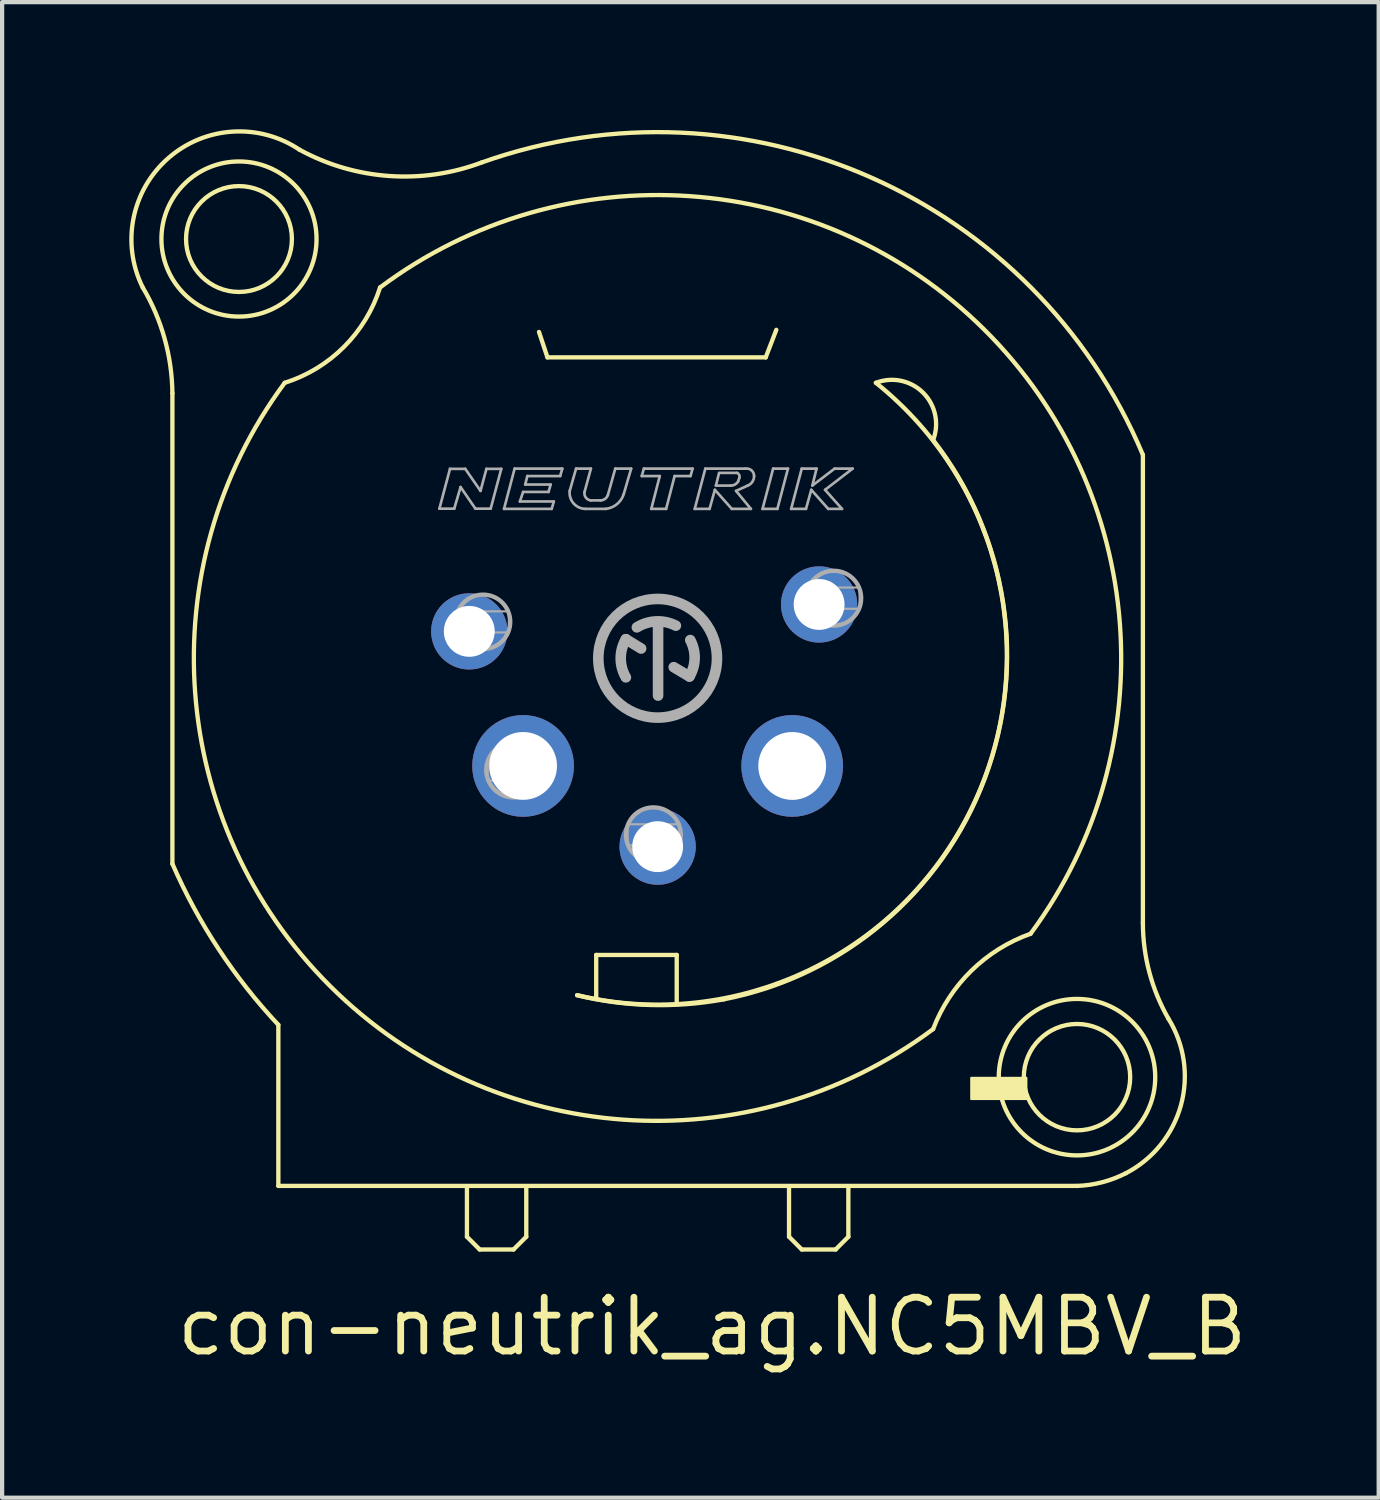
<source format=kicad_pcb>
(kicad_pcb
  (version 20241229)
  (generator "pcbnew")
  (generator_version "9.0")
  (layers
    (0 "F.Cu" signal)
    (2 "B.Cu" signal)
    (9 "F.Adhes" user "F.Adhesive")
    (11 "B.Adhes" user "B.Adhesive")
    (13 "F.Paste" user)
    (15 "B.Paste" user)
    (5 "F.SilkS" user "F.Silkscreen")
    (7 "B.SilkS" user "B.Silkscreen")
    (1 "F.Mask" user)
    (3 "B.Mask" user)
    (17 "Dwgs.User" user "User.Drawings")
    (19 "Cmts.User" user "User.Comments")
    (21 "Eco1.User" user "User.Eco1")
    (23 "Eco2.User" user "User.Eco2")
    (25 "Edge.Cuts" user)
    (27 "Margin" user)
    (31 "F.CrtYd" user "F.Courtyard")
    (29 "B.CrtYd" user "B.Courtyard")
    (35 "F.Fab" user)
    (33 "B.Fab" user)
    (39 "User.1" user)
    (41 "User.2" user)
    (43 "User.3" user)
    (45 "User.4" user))
  (footprint "con-neutrik_ag.NC5MBV_B"
    (layer "F.Cu")
    (at 12.468 12.483)
    (property "Reference" "con-neutrik_ag.NC5MBV_B" (at -11.43 16.51 0) (layer "F.SilkS") (effects (font (size 1.27 1.27) (thickness 0.16)) (justify left bottom)))
    (attr through_hole)
    (fp_line (start -11.45 -6.25) (end -11.45 4.85) (stroke (width 0.102) (type default)) (layer "F.SilkS"))
    (fp_line (start -8.95 8.65) (end -8.95 12.45) (stroke (width 0.102) (type default)) (layer "F.SilkS"))
    (fp_line (start -8.95 12.45) (end 9.9 12.45) (stroke (width 0.102) (type default)) (layer "F.SilkS"))
    (fp_line (start -4.5 12.5) (end -4.5 13.65) (stroke (width 0.102) (type default)) (layer "F.SilkS"))
    (fp_line (start -4.5 13.65) (end -4.2 13.95) (stroke (width 0.102) (type default)) (layer "F.SilkS"))
    (fp_line (start -4.2 13.95) (end -3.4 13.95) (stroke (width 0.102) (type default)) (layer "F.SilkS"))
    (fp_line (start -3.4 13.95) (end -3.1 13.65) (stroke (width 0.102) (type default)) (layer "F.SilkS"))
    (fp_line (start -3.1 13.65) (end -3.1 12.5) (stroke (width 0.102) (type default)) (layer "F.SilkS"))
    (fp_line (start -2.8 -7.7) (end -2.6 -7.1) (stroke (width 0.102) (type default)) (layer "F.SilkS"))
    (fp_line (start -2.6 -7.1) (end 2.55 -7.1) (stroke (width 0.102) (type default)) (layer "F.SilkS"))
    (fp_line (start -1.45 7) (end 0.45 7) (stroke (width 0.102) (type default)) (layer "F.SilkS"))
    (fp_line (start -1.45 8) (end -1.45 7) (stroke (width 0.102) (type default)) (layer "F.SilkS"))
    (fp_line (start 0.45 7) (end 0.45 8.15) (stroke (width 0.102) (type default)) (layer "F.SilkS"))
    (fp_line (start 2.55 -7.1) (end 2.8 -7.75) (stroke (width 0.102) (type default)) (layer "F.SilkS"))
    (fp_line (start 3.1 12.5) (end 3.1 13.65) (stroke (width 0.102) (type default)) (layer "F.SilkS"))
    (fp_line (start 3.1 13.65) (end 3.4 13.95) (stroke (width 0.102) (type default)) (layer "F.SilkS"))
    (fp_line (start 3.4 13.95) (end 4.2 13.95) (stroke (width 0.102) (type default)) (layer "F.SilkS"))
    (fp_line (start 4.2 13.95) (end 4.5 13.65) (stroke (width 0.102) (type default)) (layer "F.SilkS"))
    (fp_line (start 4.5 13.65) (end 4.5 12.5) (stroke (width 0.102) (type default)) (layer "F.SilkS"))
    (fp_line (start 11.45 6.25) (end 11.45 -4.8) (stroke (width 0.102) (type default)) (layer "F.SilkS"))
    (fp_rect (start 7.4 10.4) (end 8.7 9.9) (stroke (width 0.05) (type default)) (fill yes) (layer "F.SilkS"))
    (fp_arc (start -12.15 -8.75) (mid -11.634641 -7.5463) (end -11.45 -6.25) (stroke (width 0.1016) (type default)) (layer "F.SilkS"))
    (fp_arc (start -12.15 -8.75) (mid -11.550563 -11.798718) (end -8.45 -12) (stroke (width 0.1016) (type default)) (layer "F.SilkS"))
    (fp_arc (start -8.95 8.65) (mid -10.362445 6.856872) (end -11.45 4.85) (stroke (width 0.1016) (type default)) (layer "F.SilkS"))
    (fp_arc (start -6.55 -8.75) (mid -7.399996 -7.349996) (end -8.8 -6.5) (stroke (width 0.1016) (type default)) (layer "F.SilkS"))
    (fp_arc (start -6.55 -8.75) (mid 7.709647 -7.752825) (end 8.8 6.5) (stroke (width 0.1016) (type default)) (layer "F.SilkS"))
    (fp_arc (start -4.15 -11.7) (mid -6.332781 -11.380141) (end -8.45 -12) (stroke (width 0.1016) (type default)) (layer "F.SilkS"))
    (fp_arc (start -4.15 -11.7) (mid 5.021613 -11.351038) (end 11.45 -4.8) (stroke (width 0.1016) (type default)) (layer "F.SilkS"))
    (fp_arc (start 1.55 8.05) (mid -0.180258 8.181405) (end -1.9 7.95) (stroke (width 0.1016) (type default)) (layer "F.SilkS"))
    (fp_arc (start 5.15 -6.5) (mid 7.4058 3.54539) (end -1.9 7.95) (stroke (width 0.1016) (type default)) (layer "F.SilkS"))
    (fp_arc (start 5.15 -6.5) (mid 6.265153 -6.265153) (end 6.5 -5.15) (stroke (width 0.1016) (type default)) (layer "F.SilkS"))
    (fp_arc (start 6.5 -5.15) (mid 7.719786 2.835545) (end 1.55 8.05) (stroke (width 0.1016) (type default)) (layer "F.SilkS"))
    (fp_arc (start 6.5 8.75) (mid -7.733301 7.729886) (end -8.8 -6.5) (stroke (width 0.1016) (type default)) (layer "F.SilkS"))
    (fp_arc (start 6.5 8.75) (mid 7.402433 7.371932) (end 8.8 6.5) (stroke (width 0.1016) (type default)) (layer "F.SilkS"))
    (fp_arc (start 11.05 12.15) (mid 10.491533 12.363377) (end 9.9 12.45) (stroke (width 0.1016) (type default)) (layer "F.SilkS"))
    (fp_arc (start 12.05 8.5) (mid 12.348211 10.543688) (end 11.05 12.15) (stroke (width 0.1016) (type default)) (layer "F.SilkS"))
    (fp_arc (start 12.05 8.5) (mid 11.603713 7.41401) (end 11.45 6.25) (stroke (width 0.1016) (type default)) (layer "F.SilkS"))
    (fp_circle (center -9.879 -9.893) (end -8.63 -9.893) (stroke (width 0.102) (type default)) (fill no) (layer "F.SilkS"))
    (fp_circle (center -9.879 -9.893) (end -8.049 -9.893) (stroke (width 0.102) (type default)) (fill no) (layer "F.SilkS"))
    (fp_circle (center 9.895 9.884) (end 11.15 9.884) (stroke (width 0.102) (type default)) (fill no) (layer "F.SilkS"))
    (fp_circle (center 9.895 9.884) (end 11.741 9.884) (stroke (width 0.102) (type default)) (fill no) (layer "F.SilkS"))
    (fp_line (start -5.15 -3.53) (end -4.9 -4.47) (stroke (width 0.063) (type default)) (layer "F.Fab"))
    (fp_line (start -4.9 -4.47) (end -4.54 -4.47) (stroke (width 0.063) (type default)) (layer "F.Fab"))
    (fp_line (start -4.8 -3.53) (end -5.15 -3.53) (stroke (width 0.063) (type default)) (layer "F.Fab"))
    (fp_line (start -4.65 -4.04) (end -4.8 -3.53) (stroke (width 0.063) (type default)) (layer "F.Fab"))
    (fp_line (start -4.54 -4.47) (end -4.18 -3.95) (stroke (width 0.063) (type default)) (layer "F.Fab"))
    (fp_line (start -4.3 -3.53) (end -4.65 -4.04) (stroke (width 0.063) (type default)) (layer "F.Fab"))
    (fp_line (start -4.18 -3.95) (end -4.04 -4.47) (stroke (width 0.063) (type default)) (layer "F.Fab"))
    (fp_line (start -4.04 -4.47) (end -3.69 -4.47) (stroke (width 0.063) (type default)) (layer "F.Fab"))
    (fp_line (start -3.94 -3.53) (end -4.3 -3.53) (stroke (width 0.063) (type default)) (layer "F.Fab"))
    (fp_line (start -3.69 -4.47) (end -3.94 -3.53) (stroke (width 0.063) (type default)) (layer "F.Fab"))
    (fp_line (start -3.625 -3.525) (end -3.375 -4.475) (stroke (width 0.063) (type default)) (layer "F.Fab"))
    (fp_line (start -3.375 -4.475) (end -2.25 -4.475) (stroke (width 0.063) (type default)) (layer "F.Fab"))
    (fp_line (start -3.25 -3.7) (end -2.45 -3.7) (stroke (width 0.063) (type default)) (layer "F.Fab"))
    (fp_line (start -3.175 -3.925) (end -3.25 -3.7) (stroke (width 0.063) (type default)) (layer "F.Fab"))
    (fp_line (start -3.125 -4.1) (end -2.525 -4.1) (stroke (width 0.063) (type default)) (layer "F.Fab"))
    (fp_line (start -3.075 -4.3) (end -3.125 -4.1) (stroke (width 0.063) (type default)) (layer "F.Fab"))
    (fp_line (start -2.575 -3.925) (end -3.175 -3.925) (stroke (width 0.063) (type default)) (layer "F.Fab"))
    (fp_line (start -2.525 -4.1) (end -2.575 -3.925) (stroke (width 0.063) (type default)) (layer "F.Fab"))
    (fp_line (start -2.5 -3.525) (end -3.625 -3.525) (stroke (width 0.063) (type default)) (layer "F.Fab"))
    (fp_line (start -2.45 -3.7) (end -2.5 -3.525) (stroke (width 0.063) (type default)) (layer "F.Fab"))
    (fp_line (start -2.3 -4.3) (end -3.075 -4.3) (stroke (width 0.063) (type default)) (layer "F.Fab"))
    (fp_line (start -2.25 -4.475) (end -2.3 -4.3) (stroke (width 0.063) (type default)) (layer "F.Fab"))
    (fp_line (start -2.075 -3.95) (end -1.925 -4.475) (stroke (width 0.063) (type default)) (layer "F.Fab"))
    (fp_line (start -1.925 -4.475) (end -1.575 -4.475) (stroke (width 0.063) (type default)) (layer "F.Fab"))
    (fp_line (start -1.575 -4.475) (end -1.725 -3.925) (stroke (width 0.063) (type default)) (layer "F.Fab"))
    (fp_line (start -1.575 -3.725) (end -1.35 -3.725) (stroke (width 0.063) (type default)) (layer "F.Fab"))
    (fp_line (start -1.225 -3.525) (end -1.7 -3.525) (stroke (width 0.063) (type default)) (layer "F.Fab"))
    (fp_line (start -1.175 -3.85) (end -1 -4.475) (stroke (width 0.063) (type default)) (layer "F.Fab"))
    (fp_line (start -1 -4.475) (end -0.625 -4.475) (stroke (width 0.063) (type default)) (layer "F.Fab"))
    (fp_line (start -0.75 -0.45) (end -0.39 -0.23) (stroke (width 0.25) (type default)) (layer "F.Fab"))
    (fp_line (start -0.625 -4.475) (end -0.8 -3.875) (stroke (width 0.063) (type default)) (layer "F.Fab"))
    (fp_line (start -0.375 -4.3) (end -0.325 -4.475) (stroke (width 0.063) (type default)) (layer "F.Fab"))
    (fp_line (start -0.325 -4.475) (end 0.825 -4.475) (stroke (width 0.063) (type default)) (layer "F.Fab"))
    (fp_line (start -0.15 -3.525) (end 0.05 -4.3) (stroke (width 0.063) (type default)) (layer "F.Fab"))
    (fp_line (start 0.01 0.88) (end 0.01 -0.78) (stroke (width 0.25) (type default)) (layer "F.Fab"))
    (fp_line (start 0.05 -4.3) (end -0.375 -4.3) (stroke (width 0.063) (type default)) (layer "F.Fab"))
    (fp_line (start 0.2 -3.525) (end -0.15 -3.525) (stroke (width 0.063) (type default)) (layer "F.Fab"))
    (fp_line (start 0.38 0.21) (end 0.75 0.43) (stroke (width 0.25) (type default)) (layer "F.Fab"))
    (fp_line (start 0.4 -4.3) (end 0.2 -3.525) (stroke (width 0.063) (type default)) (layer "F.Fab"))
    (fp_line (start 0.775 -4.3) (end 0.4 -4.3) (stroke (width 0.063) (type default)) (layer "F.Fab"))
    (fp_line (start 0.825 -4.475) (end 0.775 -4.3) (stroke (width 0.063) (type default)) (layer "F.Fab"))
    (fp_line (start 0.875 -3.525) (end 1.125 -4.475) (stroke (width 0.063) (type default)) (layer "F.Fab"))
    (fp_line (start 1.125 -4.475) (end 2.075 -4.475) (stroke (width 0.063) (type default)) (layer "F.Fab"))
    (fp_line (start 1.225 -3.525) (end 0.875 -3.525) (stroke (width 0.063) (type default)) (layer "F.Fab"))
    (fp_line (start 1.35 -3.975) (end 1.225 -3.525) (stroke (width 0.063) (type default)) (layer "F.Fab"))
    (fp_line (start 1.375 -4.075) (end 1.725 -4.075) (stroke (width 0.063) (type default)) (layer "F.Fab"))
    (fp_line (start 1.45 -4.375) (end 1.375 -4.075) (stroke (width 0.063) (type default)) (layer "F.Fab"))
    (fp_line (start 1.75 -3.525) (end 1.35 -3.975) (stroke (width 0.063) (type default)) (layer "F.Fab"))
    (fp_line (start 1.85 -3.95) (end 2.2 -3.525) (stroke (width 0.063) (type default)) (layer "F.Fab"))
    (fp_line (start 1.875 -4.375) (end 1.475 -4.375) (stroke (width 0.063) (type default)) (layer "F.Fab"))
    (fp_line (start 1.9 -4.175) (end 1.925 -4.25) (stroke (width 0.063) (type default)) (layer "F.Fab"))
    (fp_line (start 2.125 -4.075) (end 1.85 -3.95) (stroke (width 0.063) (type default)) (layer "F.Fab"))
    (fp_line (start 2.2 -3.525) (end 1.75 -3.525) (stroke (width 0.063) (type default)) (layer "F.Fab"))
    (fp_line (start 2.475 -3.525) (end 2.725 -4.475) (stroke (width 0.063) (type default)) (layer "F.Fab"))
    (fp_line (start 2.725 -4.475) (end 3.075 -4.475) (stroke (width 0.063) (type default)) (layer "F.Fab"))
    (fp_line (start 2.825 -3.525) (end 2.475 -3.525) (stroke (width 0.063) (type default)) (layer "F.Fab"))
    (fp_line (start 3.075 -4.475) (end 2.825 -3.525) (stroke (width 0.063) (type default)) (layer "F.Fab"))
    (fp_line (start 3.15 -3.525) (end 3.5 -3.525) (stroke (width 0.063) (type default)) (layer "F.Fab"))
    (fp_line (start 3.4 -4.475) (end 3.15 -3.525) (stroke (width 0.063) (type default)) (layer "F.Fab"))
    (fp_line (start 3.5 -3.525) (end 3.625 -3.975) (stroke (width 0.063) (type default)) (layer "F.Fab"))
    (fp_line (start 3.625 -3.975) (end 4.025 -3.525) (stroke (width 0.063) (type default)) (layer "F.Fab"))
    (fp_line (start 3.65 -4.075) (end 3.75 -4.475) (stroke (width 0.063) (type default)) (layer "F.Fab"))
    (fp_line (start 3.75 -4.475) (end 3.4 -4.475) (stroke (width 0.063) (type default)) (layer "F.Fab"))
    (fp_line (start 3.95 -3.975) (end 4.6 -4.475) (stroke (width 0.063) (type default)) (layer "F.Fab"))
    (fp_line (start 4.025 -3.525) (end 4.35 -3.525) (stroke (width 0.063) (type default)) (layer "F.Fab"))
    (fp_line (start 4.175 -4.475) (end 3.65 -4.075) (stroke (width 0.063) (type default)) (layer "F.Fab"))
    (fp_line (start 4.35 -3.525) (end 3.95 -3.975) (stroke (width 0.063) (type default)) (layer "F.Fab"))
    (fp_line (start 4.6 -4.475) (end 4.175 -4.475) (stroke (width 0.063) (type default)) (layer "F.Fab"))
    (fp_rect (start -4.727 -0.61) (end -3.511 -1.108) (stroke (width 0.05) (type default)) (fill no) (layer "F.Fab"))
    (fp_rect (start -4.011 2.887) (end -2.797 2.386) (stroke (width 0.05) (type default)) (fill no) (layer "F.Fab"))
    (fp_rect (start -0.71 4.416) (end 0.526 3.917) (stroke (width 0.05) (type default)) (fill no) (layer "F.Fab"))
    (fp_rect (start 2.56 2.889) (end 3.797 2.388) (stroke (width 0.05) (type default)) (fill no) (layer "F.Fab"))
    (fp_rect (start 3.546 -1.168) (end 4.765 -1.669) (stroke (width 0.05) (type default)) (fill no) (layer "F.Fab"))
    (fp_arc (start -1.7 -3.525) (mid -1.982521 -3.653658) (end -2.075 -3.95) (stroke (width 0.0634) (type default)) (layer "F.Fab"))
    (fp_arc (start -1.575 -3.725) (mid -1.69424 -3.79182) (end -1.725 -3.925) (stroke (width 0.0634) (type default)) (layer "F.Fab"))
    (fp_arc (start -1.175 -3.85) (mid -1.243029 -3.76024) (end -1.35 -3.725) (stroke (width 0.0634) (type default)) (layer "F.Fab"))
    (fp_arc (start -0.8 -3.875) (mid -0.960299 -3.636613) (end -1.225 -3.525) (stroke (width 0.0634) (type default)) (layer "F.Fab"))
    (fp_arc (start -0.75 0.45) (mid -0.871403 0) (end -0.75 -0.45) (stroke (width 0.25) (type default)) (layer "F.Fab"))
    (fp_arc (start -0.49 -0.73) (mid -0.035246 -0.870662) (end 0.43 -0.77) (stroke (width 0.25) (type default)) (layer "F.Fab"))
    (fp_arc (start 0.77 -0.43) (mid 0.873225 0.002633) (end 0.75 0.43) (stroke (width 0.25) (type default)) (layer "F.Fab"))
    (fp_arc (start 1.875 -4.375) (mid 1.925888 -4.322855) (end 1.925 -4.25) (stroke (width 0.0634) (type default)) (layer "F.Fab"))
    (fp_arc (start 1.9 -4.175) (mid 1.82636 -4.100745) (end 1.725 -4.075) (stroke (width 0.0634) (type default)) (layer "F.Fab"))
    (fp_arc (start 2.075 -4.475) (mid 2.215618 -4.433921) (end 2.275 -4.3) (stroke (width 0.0634) (type default)) (layer "F.Fab"))
    (fp_arc (start 2.275 -4.3) (mid 2.235142 -4.164072) (end 2.125 -4.075) (stroke (width 0.0634) (type default)) (layer "F.Fab"))
    (fp_circle (center -4.12 -0.86) (end -3.478 -0.86) (stroke (width 0.102) (type default)) (fill no) (layer "F.Fab"))
    (fp_circle (center -3.397 2.636) (end -2.75 2.636) (stroke (width 0.102) (type default)) (fill no) (layer "F.Fab"))
    (fp_circle (center -0.1 4.165) (end 0.547 4.165) (stroke (width 0.102) (type default)) (fill no) (layer "F.Fab"))
    (fp_circle (center 0 0) (end 1.4 0) (stroke (width 0.25) (type default)) (fill no) (layer "F.Fab"))
    (fp_circle (center 3.196 2.637) (end 3.844 2.637) (stroke (width 0.102) (type default)) (fill no) (layer "F.Fab"))
    (fp_circle (center 4.156 -1.418) (end 4.803 -1.418) (stroke (width 0.102) (type default)) (fill no) (layer "F.Fab"))
    (pad "1" thru_hole circle (at -4.445 -0.635) (size 1.8 1.8) (drill 1.2) (layers "*.Cu" "*.Mask"))
    (pad "2" thru_hole circle (at -3.175 2.54) (size 2.4 2.4) (drill 1.6) (layers "*.Cu" "*.Mask"))
    (pad "3" thru_hole circle (at 0 4.445) (size 1.8 1.8) (drill 1.2) (layers "*.Cu" "*.Mask"))
    (pad "4" thru_hole circle (at 3.175 2.54) (size 2.4 2.4) (drill 1.6) (layers "*.Cu" "*.Mask"))
    (pad "5" thru_hole circle (at 3.81 -1.27) (size 1.8 1.8) (drill 1.2) (layers "*.Cu" "*.Mask")))
  (gr_rect
    (start -3 -3)
    (end 29.482 32.29)
    (stroke (width 0.1) (type default))
    (fill no)
    (layer "Edge.Cuts")))
</source>
